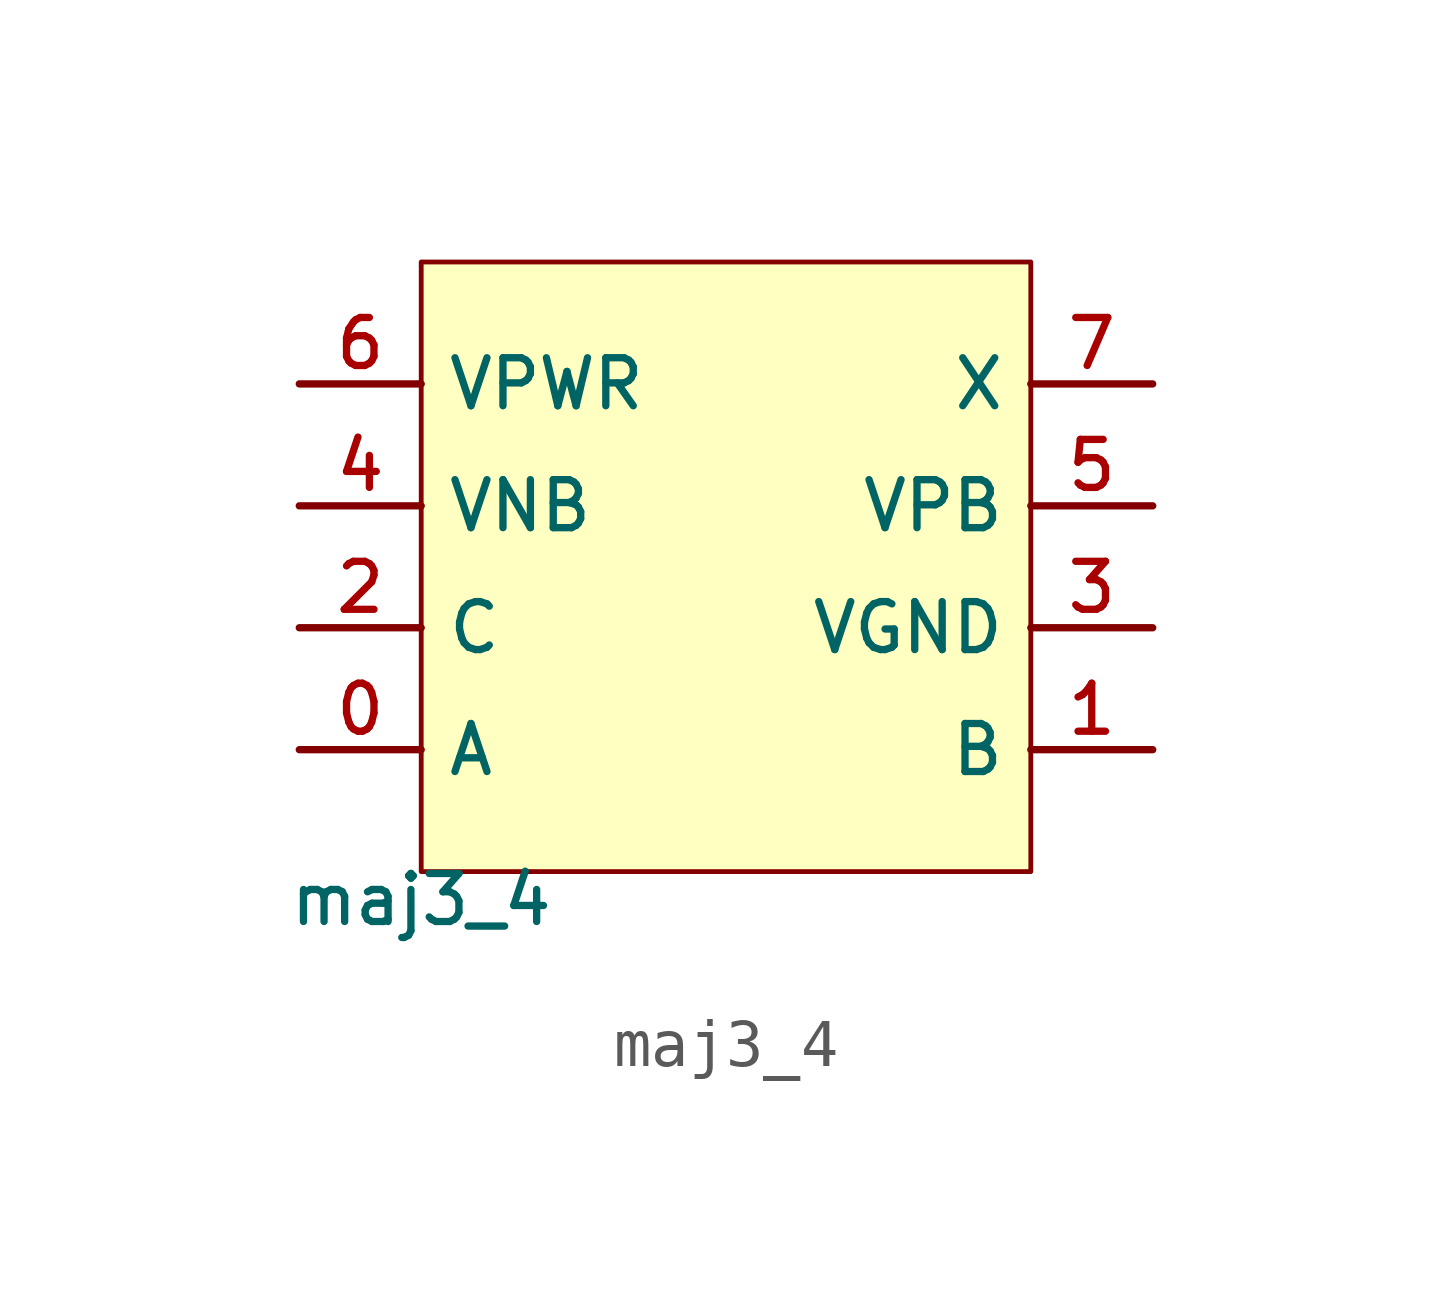
<source format=kicad_sym>
(kicad_symbol_lib
  (version 20211014)
  (generator pdk2kicad)
  (symbol "maj3_4"
    (property "Reference" "X"
      (at 0 0 0)
      (effects (font (size 1 1)) hide))
    (property "Value" "maj3_4"
      (at -6.35 -6.35 0)
      (effects (font (size 1 1)) (justify top)))
    (rectangle
      (start -6.35 -6.35)
      (end 6.35 6.35)
      (stroke (width 0.1) (type solid) (color 0 0 0 0))
      (fill (type background)))
    (pin bidirectional line
      (at -8.89 -3.81 0)
      (length 2.54)
      (name "A" (effects (font (size 1 1)) hide))
      (number "0" (effects (font (size 1 1)) hide)))
    (pin bidirectional line
      (at 8.89 -3.81 180)
      (length 2.54)
      (name "B" (effects (font (size 1 1)) hide))
      (number "1" (effects (font (size 1 1)) hide)))
    (pin bidirectional line
      (at -8.89 -1.27 0)
      (length 2.54)
      (name "C" (effects (font (size 1 1)) hide))
      (number "2" (effects (font (size 1 1)) hide)))
    (pin bidirectional line
      (at 8.89 -1.27 180)
      (length 2.54)
      (name "VGND" (effects (font (size 1 1)) hide))
      (number "3" (effects (font (size 1 1)) hide)))
    (pin bidirectional line
      (at -8.89 1.27 0)
      (length 2.54)
      (name "VNB" (effects (font (size 1 1)) hide))
      (number "4" (effects (font (size 1 1)) hide)))
    (pin bidirectional line
      (at 8.89 1.27 180)
      (length 2.54)
      (name "VPB" (effects (font (size 1 1)) hide))
      (number "5" (effects (font (size 1 1)) hide)))
    (pin bidirectional line
      (at -8.89 3.81 0)
      (length 2.54)
      (name "VPWR" (effects (font (size 1 1)) hide))
      (number "6" (effects (font (size 1 1)) hide)))
    (pin bidirectional line
      (at 8.89 3.81 180)
      (length 2.54)
      (name "X" (effects (font (size 1 1)) hide))
      (number "7" (effects (font (size 1 1)) hide)))))
</source>
